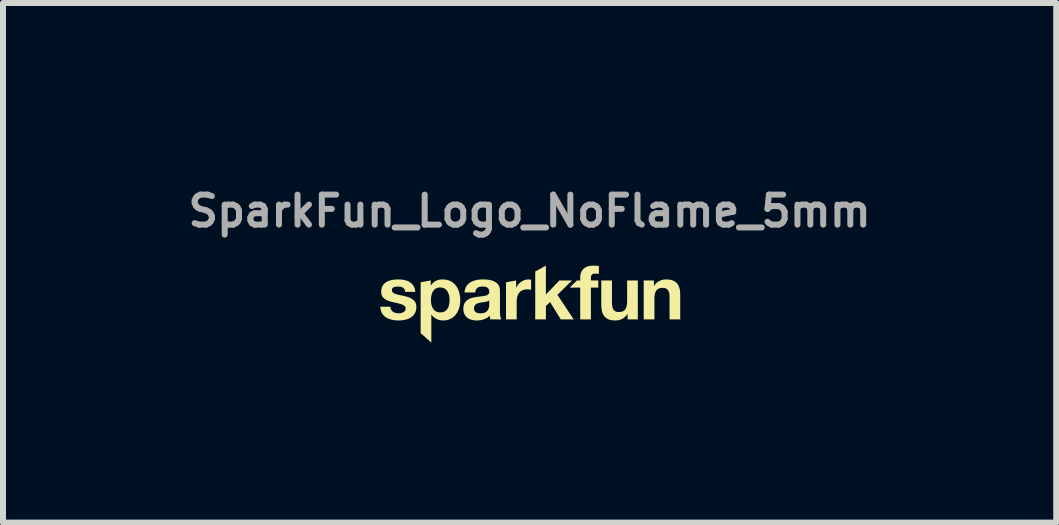
<source format=kicad_pcb>
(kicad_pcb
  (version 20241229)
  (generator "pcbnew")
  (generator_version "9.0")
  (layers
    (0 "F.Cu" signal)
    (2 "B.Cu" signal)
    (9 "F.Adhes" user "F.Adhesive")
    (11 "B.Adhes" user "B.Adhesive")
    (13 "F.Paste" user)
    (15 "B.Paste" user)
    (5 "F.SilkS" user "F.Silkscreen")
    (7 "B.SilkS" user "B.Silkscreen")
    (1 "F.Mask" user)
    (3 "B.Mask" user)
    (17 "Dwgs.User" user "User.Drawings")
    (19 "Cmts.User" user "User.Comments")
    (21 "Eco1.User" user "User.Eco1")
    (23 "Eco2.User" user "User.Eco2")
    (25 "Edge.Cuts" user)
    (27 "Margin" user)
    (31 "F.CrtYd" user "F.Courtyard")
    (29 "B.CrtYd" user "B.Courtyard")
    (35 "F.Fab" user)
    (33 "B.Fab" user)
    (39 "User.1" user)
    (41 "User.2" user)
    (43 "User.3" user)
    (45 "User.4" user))
  (footprint "SparkFun_Logo_NoFlame_5mm"
    (layer "F.Cu")
    (at 5.779 1.941)
    (property "Reference" "SparkFun_Logo_NoFlame_5mm" (at 0 -1.473 0) (layer "F.Fab") (effects (font (size 0.5 0.5) (thickness 0.1))))
    (attr board_only exclude_from_pos_files exclude_from_bom)
    (fp_poly (pts (xy 0.271 -0.082) (xy 0.496 -0.316) (xy 0.707 -0.316) (xy 0.462 -0.077) (xy 0.734 0.333) (xy 0.518 0.333) (xy 0.34 0.043) (xy 0.271 0.11) (xy 0.271 0.333) (xy 0.093 0.333) (xy 0.093 -0.465) (xy 0.271 -0.563)) (stroke (width 0) (type solid)) (fill yes) (layer "F.SilkS"))
    (fp_poly (pts (xy -0.013 -0.333) (xy -0.01 -0.333) (xy -0.007 -0.333) (xy -0.005 -0.333) (xy -0.00001 -0.332) (xy 0.005 -0.332) (xy 0.01 -0.331) (xy 0.014 -0.33) (xy 0.019 -0.328) (xy 0.024 -0.327) (xy 0.024 -0.161) (xy 0.017 -0.163) (xy 0.01 -0.164) (xy 0.002 -0.165) (xy -0.006 -0.166) (xy -0.015 -0.167) (xy -0.023 -0.167) (xy -0.032 -0.167) (xy -0.04 -0.168) (xy -0.052 -0.167) (xy -0.064 -0.167) (xy -0.075 -0.165) (xy -0.086 -0.163) (xy -0.096 -0.161) (xy -0.105 -0.158) (xy -0.115 -0.155) (xy -0.123 -0.151) (xy -0.132 -0.147) (xy -0.139 -0.143) (xy -0.147 -0.138) (xy -0.154 -0.132) (xy -0.16 -0.126) (xy -0.166 -0.12) (xy -0.172 -0.114) (xy -0.178 -0.107) (xy -0.182 -0.099) (xy -0.187 -0.092) (xy -0.191 -0.084) (xy -0.195 -0.076) (xy -0.199 -0.067) (xy -0.202 -0.059) (xy -0.205 -0.05) (xy -0.207 -0.04) (xy -0.209 -0.031) (xy -0.211 -0.021) (xy -0.214 -0.001) (xy -0.215 0.019) (xy -0.216 0.041) (xy -0.216 0.333) (xy -0.394 0.333) (xy -0.394 -0.286) (xy -0.225 -0.316) (xy -0.225 -0.195) (xy -0.222 -0.195) (xy -0.219 -0.203) (xy -0.215 -0.21) (xy -0.211 -0.217) (xy -0.207 -0.225) (xy -0.203 -0.232) (xy -0.198 -0.238) (xy -0.193 -0.245) (xy -0.188 -0.251) (xy -0.183 -0.257) (xy -0.177 -0.263) (xy -0.171 -0.269) (xy -0.165 -0.275) (xy -0.159 -0.28) (xy -0.153 -0.285) (xy -0.146 -0.29) (xy -0.139 -0.295) (xy -0.132 -0.299) (xy -0.125 -0.304) (xy -0.118 -0.307) (xy -0.111 -0.311) (xy -0.103 -0.315) (xy -0.096 -0.318) (xy -0.088 -0.321) (xy -0.08 -0.323) (xy -0.072 -0.326) (xy -0.064 -0.328) (xy -0.056 -0.329) (xy -0.048 -0.331) (xy -0.04 -0.332) (xy -0.032 -0.333) (xy -0.023 -0.333) (xy -0.015 -0.333)) (stroke (width 0) (type solid)) (fill yes) (layer "F.SilkS"))
    (fp_poly (pts (xy 1.072 -0.563) (xy 1.084 -0.562) (xy 1.096 -0.562) (xy 1.107 -0.561) (xy 1.131 -0.559) (xy 1.143 -0.559) (xy 1.154 -0.558) (xy 1.154 -0.425) (xy 1.146 -0.426) (xy 1.138 -0.427) (xy 1.13 -0.427) (xy 1.121 -0.428) (xy 1.113 -0.428) (xy 1.105 -0.429) (xy 1.097 -0.429) (xy 1.089 -0.429) (xy 1.08 -0.429) (xy 1.076 -0.428) (xy 1.072 -0.428) (xy 1.068 -0.427) (xy 1.064 -0.427) (xy 1.061 -0.426) (xy 1.058 -0.425) (xy 1.054 -0.424) (xy 1.051 -0.422) (xy 1.049 -0.421) (xy 1.046 -0.42) (xy 1.043 -0.418) (xy 1.041 -0.416) (xy 1.039 -0.414) (xy 1.037 -0.412) (xy 1.035 -0.41) (xy 1.033 -0.407) (xy 1.031 -0.405) (xy 1.029 -0.402) (xy 1.028 -0.399) (xy 1.027 -0.396) (xy 1.026 -0.393) (xy 1.025 -0.389) (xy 1.024 -0.385) (xy 1.023 -0.382) (xy 1.022 -0.378) (xy 1.022 -0.373) (xy 1.021 -0.364) (xy 1.021 -0.355) (xy 1.021 -0.316) (xy 1.144 -0.316) (xy 1.144 -0.197) (xy 1.021 -0.197) (xy 1.021 0.333) (xy 0.843 0.333) (xy 0.843 -0.197) (xy 0.667 -0.197) (xy 0.788 -0.316) (xy 0.843 -0.316) (xy 0.843 -0.366) (xy 0.843 -0.377) (xy 0.844 -0.387) (xy 0.845 -0.397) (xy 0.846 -0.408) (xy 0.848 -0.417) (xy 0.85 -0.427) (xy 0.853 -0.436) (xy 0.856 -0.445) (xy 0.86 -0.454) (xy 0.864 -0.463) (xy 0.868 -0.471) (xy 0.873 -0.479) (xy 0.878 -0.487) (xy 0.884 -0.494) (xy 0.89 -0.501) (xy 0.897 -0.508) (xy 0.904 -0.514) (xy 0.911 -0.52) (xy 0.919 -0.526) (xy 0.927 -0.531) (xy 0.936 -0.536) (xy 0.945 -0.541) (xy 0.955 -0.545) (xy 0.965 -0.549) (xy 0.975 -0.552) (xy 0.986 -0.555) (xy 0.997 -0.557) (xy 1.009 -0.559) (xy 1.021 -0.561) (xy 1.033 -0.562) (xy 1.046 -0.563) (xy 1.06 -0.563)) (stroke (width 0) (type solid)) (fill yes) (layer "F.SilkS"))
    (fp_poly (pts (xy 1.372 0.051) (xy 1.373 0.07) (xy 1.374 0.088) (xy 1.376 0.105) (xy 1.378 0.121) (xy 1.382 0.135) (xy 1.386 0.148) (xy 1.389 0.154) (xy 1.392 0.16) (xy 1.395 0.165) (xy 1.398 0.171) (xy 1.401 0.175) (xy 1.405 0.18) (xy 1.409 0.184) (xy 1.413 0.188) (xy 1.418 0.191) (xy 1.423 0.195) (xy 1.428 0.198) (xy 1.433 0.2) (xy 1.439 0.203) (xy 1.445 0.205) (xy 1.451 0.206) (xy 1.457 0.208) (xy 1.464 0.209) (xy 1.471 0.21) (xy 1.479 0.21) (xy 1.486 0.21) (xy 1.495 0.21) (xy 1.504 0.21) (xy 1.512 0.209) (xy 1.52 0.208) (xy 1.528 0.206) (xy 1.535 0.204) (xy 1.542 0.202) (xy 1.549 0.2) (xy 1.555 0.197) (xy 1.561 0.194) (xy 1.567 0.19) (xy 1.573 0.186) (xy 1.578 0.182) (xy 1.583 0.177) (xy 1.587 0.172) (xy 1.592 0.167) (xy 1.596 0.161) (xy 1.6 0.155) (xy 1.603 0.148) (xy 1.606 0.141) (xy 1.609 0.134) (xy 1.612 0.126) (xy 1.614 0.118) (xy 1.617 0.109) (xy 1.619 0.1) (xy 1.62 0.091) (xy 1.622 0.081) (xy 1.623 0.07) (xy 1.624 0.059) (xy 1.624 0.048) (xy 1.625 0.024) (xy 1.625 -0.316) (xy 1.803 -0.316) (xy 1.803 0.333) (xy 1.633 0.333) (xy 1.633 0.243) (xy 1.63 0.243) (xy 1.625 0.25) (xy 1.621 0.256) (xy 1.616 0.263) (xy 1.611 0.269) (xy 1.606 0.275) (xy 1.601 0.28) (xy 1.596 0.286) (xy 1.59 0.291) (xy 1.585 0.296) (xy 1.579 0.301) (xy 1.573 0.305) (xy 1.567 0.31) (xy 1.555 0.318) (xy 1.542 0.325) (xy 1.529 0.331) (xy 1.515 0.336) (xy 1.502 0.341) (xy 1.488 0.344) (xy 1.474 0.347) (xy 1.46 0.349) (xy 1.445 0.35) (xy 1.431 0.351) (xy 1.414 0.351) (xy 1.397 0.35) (xy 1.382 0.348) (xy 1.367 0.346) (xy 1.352 0.343) (xy 1.339 0.34) (xy 1.326 0.336) (xy 1.314 0.332) (xy 1.303 0.327) (xy 1.292 0.321) (xy 1.282 0.315) (xy 1.273 0.309) (xy 1.264 0.302) (xy 1.256 0.294) (xy 1.249 0.286) (xy 1.242 0.277) (xy 1.235 0.268) (xy 1.229 0.259) (xy 1.224 0.249) (xy 1.219 0.239) (xy 1.215 0.228) (xy 1.211 0.217) (xy 1.207 0.205) (xy 1.204 0.193) (xy 1.2 0.168) (xy 1.196 0.141) (xy 1.195 0.113) (xy 1.194 0.084) (xy 1.194 -0.316) (xy 1.372 -0.316)) (stroke (width 0) (type solid)) (fill yes) (layer "F.SilkS"))
    (fp_poly (pts (xy 2.29 -0.333) (xy 2.307 -0.332) (xy 2.323 -0.331) (xy 2.338 -0.328) (xy 2.352 -0.326) (xy 2.365 -0.322) (xy 2.378 -0.319) (xy 2.39 -0.314) (xy 2.401 -0.309) (xy 2.412 -0.304) (xy 2.422 -0.298) (xy 2.431 -0.291) (xy 2.44 -0.284) (xy 2.448 -0.276) (xy 2.456 -0.268) (xy 2.463 -0.26) (xy 2.469 -0.251) (xy 2.475 -0.241) (xy 2.48 -0.231) (xy 2.485 -0.221) (xy 2.49 -0.21) (xy 2.493 -0.199) (xy 2.497 -0.188) (xy 2.5 -0.176) (xy 2.505 -0.15) (xy 2.508 -0.124) (xy 2.51 -0.095) (xy 2.51 -0.066) (xy 2.51 0.333) (xy 2.332 0.333) (xy 2.332 -0.033) (xy 2.332 -0.053) (xy 2.331 -0.071) (xy 2.329 -0.088) (xy 2.326 -0.103) (xy 2.322 -0.118) (xy 2.318 -0.131) (xy 2.315 -0.137) (xy 2.313 -0.142) (xy 2.31 -0.148) (xy 2.306 -0.153) (xy 2.303 -0.158) (xy 2.299 -0.162) (xy 2.295 -0.167) (xy 2.291 -0.17) (xy 2.286 -0.174) (xy 2.281 -0.177) (xy 2.276 -0.18) (xy 2.271 -0.183) (xy 2.265 -0.185) (xy 2.26 -0.187) (xy 2.253 -0.189) (xy 2.247 -0.19) (xy 2.24 -0.191) (xy 2.233 -0.192) (xy 2.225 -0.193) (xy 2.218 -0.193) (xy 2.209 -0.193) (xy 2.2 -0.192) (xy 2.192 -0.191) (xy 2.184 -0.19) (xy 2.176 -0.189) (xy 2.169 -0.187) (xy 2.162 -0.185) (xy 2.155 -0.182) (xy 2.149 -0.179) (xy 2.143 -0.176) (xy 2.137 -0.173) (xy 2.132 -0.169) (xy 2.126 -0.164) (xy 2.122 -0.16) (xy 2.117 -0.155) (xy 2.113 -0.149) (xy 2.108 -0.143) (xy 2.105 -0.137) (xy 2.101 -0.131) (xy 2.098 -0.124) (xy 2.095 -0.116) (xy 2.092 -0.108) (xy 2.09 -0.1) (xy 2.088 -0.092) (xy 2.086 -0.082) (xy 2.084 -0.073) (xy 2.083 -0.063) (xy 2.082 -0.053) (xy 2.081 -0.042) (xy 2.08 -0.031) (xy 2.08 -0.007) (xy 2.08 0.333) (xy 1.901 0.333) (xy 1.901 -0.316) (xy 2.071 -0.316) (xy 2.071 -0.225) (xy 2.075 -0.225) (xy 2.079 -0.232) (xy 2.084 -0.239) (xy 2.088 -0.245) (xy 2.093 -0.251) (xy 2.098 -0.257) (xy 2.103 -0.263) (xy 2.109 -0.268) (xy 2.114 -0.273) (xy 2.12 -0.278) (xy 2.126 -0.283) (xy 2.131 -0.288) (xy 2.137 -0.292) (xy 2.15 -0.3) (xy 2.163 -0.307) (xy 2.176 -0.313) (xy 2.189 -0.319) (xy 2.203 -0.323) (xy 2.217 -0.327) (xy 2.231 -0.33) (xy 2.245 -0.332) (xy 2.259 -0.333) (xy 2.273 -0.333)) (stroke (width 0) (type solid)) (fill yes) (layer "F.SilkS"))
    (fp_poly (pts (xy -1.433 -0.333) (xy -1.415 -0.331) (xy -1.397 -0.329) (xy -1.381 -0.326) (xy -1.365 -0.322) (xy -1.349 -0.317) (xy -1.334 -0.311) (xy -1.32 -0.305) (xy -1.306 -0.297) (xy -1.293 -0.29) (xy -1.281 -0.281) (xy -1.269 -0.272) (xy -1.258 -0.262) (xy -1.247 -0.251) (xy -1.237 -0.24) (xy -1.228 -0.228) (xy -1.219 -0.216) (xy -1.211 -0.203) (xy -1.203 -0.19) (xy -1.196 -0.176) (xy -1.19 -0.162) (xy -1.184 -0.147) (xy -1.179 -0.132) (xy -1.174 -0.117) (xy -1.17 -0.101) (xy -1.167 -0.085) (xy -1.161 -0.052) (xy -1.158 -0.019) (xy -1.157 0.016) (xy -1.158 0.048) (xy -1.161 0.08) (xy -1.167 0.111) (xy -1.174 0.141) (xy -1.184 0.17) (xy -1.197 0.198) (xy -1.204 0.211) (xy -1.211 0.224) (xy -1.219 0.236) (xy -1.228 0.248) (xy -1.237 0.26) (xy -1.247 0.271) (xy -1.257 0.281) (xy -1.268 0.291) (xy -1.279 0.3) (xy -1.291 0.308) (xy -1.304 0.316) (xy -1.317 0.323) (xy -1.33 0.329) (xy -1.345 0.335) (xy -1.359 0.34) (xy -1.375 0.344) (xy -1.391 0.347) (xy -1.407 0.349) (xy -1.424 0.35) (xy -1.442 0.351) (xy -1.456 0.35) (xy -1.471 0.349) (xy -1.485 0.347) (xy -1.499 0.345) (xy -1.513 0.341) (xy -1.526 0.337) (xy -1.54 0.332) (xy -1.552 0.326) (xy -1.564 0.319) (xy -1.576 0.312) (xy -1.588 0.304) (xy -1.598 0.295) (xy -1.609 0.286) (xy -1.619 0.276) (xy -1.628 0.265) (xy -1.636 0.253) (xy -1.639 0.253) (xy -1.639 0.72) (xy -1.817 0.562) (xy -1.817 0.011) (xy -1.645 0.011) (xy -1.645 0.03) (xy -1.643 0.05) (xy -1.641 0.069) (xy -1.637 0.087) (xy -1.632 0.105) (xy -1.626 0.122) (xy -1.619 0.138) (xy -1.615 0.146) (xy -1.611 0.153) (xy -1.606 0.16) (xy -1.601 0.167) (xy -1.595 0.173) (xy -1.589 0.179) (xy -1.583 0.185) (xy -1.577 0.19) (xy -1.57 0.195) (xy -1.563 0.199) (xy -1.555 0.203) (xy -1.547 0.207) (xy -1.538 0.209) (xy -1.529 0.212) (xy -1.52 0.214) (xy -1.51 0.215) (xy -1.5 0.216) (xy -1.489 0.216) (xy -1.479 0.216) (xy -1.468 0.215) (xy -1.459 0.214) (xy -1.449 0.212) (xy -1.44 0.209) (xy -1.432 0.207) (xy -1.424 0.203) (xy -1.416 0.199) (xy -1.409 0.195) (xy -1.402 0.19) (xy -1.395 0.185) (xy -1.389 0.179) (xy -1.384 0.173) (xy -1.378 0.167) (xy -1.373 0.16) (xy -1.368 0.153) (xy -1.364 0.146) (xy -1.36 0.138) (xy -1.356 0.13) (xy -1.353 0.122) (xy -1.35 0.114) (xy -1.347 0.105) (xy -1.345 0.096) (xy -1.343 0.087) (xy -1.339 0.069) (xy -1.337 0.05) (xy -1.336 0.03) (xy -1.335 0.011) (xy -1.336 -0.009) (xy -1.337 -0.028) (xy -1.34 -0.047) (xy -1.343 -0.066) (xy -1.348 -0.084) (xy -1.354 -0.101) (xy -1.361 -0.118) (xy -1.366 -0.126) (xy -1.37 -0.133) (xy -1.375 -0.14) (xy -1.38 -0.147) (xy -1.385 -0.154) (xy -1.391 -0.16) (xy -1.397 -0.166) (xy -1.404 -0.171) (xy -1.411 -0.176) (xy -1.418 -0.181) (xy -1.426 -0.185) (xy -1.434 -0.189) (xy -1.442 -0.192) (xy -1.451 -0.194) (xy -1.46 -0.196) (xy -1.47 -0.198) (xy -1.48 -0.199) (xy -1.491 -0.199) (xy -1.501 -0.199) (xy -1.512 -0.198) (xy -1.521 -0.196) (xy -1.531 -0.194) (xy -1.54 -0.192) (xy -1.548 -0.189) (xy -1.556 -0.185) (xy -1.564 -0.181) (xy -1.571 -0.177) (xy -1.578 -0.172) (xy -1.585 -0.166) (xy -1.591 -0.16) (xy -1.597 -0.154) (xy -1.602 -0.148) (xy -1.607 -0.141) (xy -1.612 -0.134) (xy -1.616 -0.126) (xy -1.62 -0.118) (xy -1.624 -0.11) (xy -1.627 -0.102) (xy -1.63 -0.093) (xy -1.633 -0.085) (xy -1.635 -0.076) (xy -1.637 -0.067) (xy -1.641 -0.048) (xy -1.643 -0.029) (xy -1.645 -0.009) (xy -1.645 0.011) (xy -1.817 0.011) (xy -1.817 -0.286) (xy -1.648 -0.316) (xy -1.648 -0.233) (xy -1.645 -0.233) (xy -1.641 -0.239) (xy -1.637 -0.246) (xy -1.632 -0.252) (xy -1.627 -0.257) (xy -1.623 -0.263) (xy -1.618 -0.268) (xy -1.613 -0.273) (xy -1.608 -0.278) (xy -1.602 -0.283) (xy -1.597 -0.287) (xy -1.591 -0.292) (xy -1.586 -0.296) (xy -1.58 -0.299) (xy -1.574 -0.303) (xy -1.568 -0.306) (xy -1.562 -0.309) (xy -1.556 -0.312) (xy -1.55 -0.315) (xy -1.537 -0.32) (xy -1.523 -0.324) (xy -1.51 -0.328) (xy -1.496 -0.33) (xy -1.481 -0.332) (xy -1.467 -0.333) (xy -1.452 -0.333)) (stroke (width 0) (type solid)) (fill yes) (layer "F.SilkS"))
    (fp_poly (pts (xy -0.756 -0.333) (xy -0.731 -0.332) (xy -0.706 -0.33) (xy -0.681 -0.326) (xy -0.657 -0.322) (xy -0.633 -0.316) (xy -0.611 -0.309) (xy -0.589 -0.299) (xy -0.579 -0.294) (xy -0.569 -0.288) (xy -0.56 -0.282) (xy -0.551 -0.276) (xy -0.543 -0.268) (xy -0.535 -0.261) (xy -0.528 -0.252) (xy -0.522 -0.243) (xy -0.516 -0.234) (xy -0.51 -0.224) (xy -0.506 -0.213) (xy -0.502 -0.201) (xy -0.499 -0.189) (xy -0.497 -0.177) (xy -0.496 -0.163) (xy -0.495 -0.149) (xy -0.495 0.189) (xy -0.495 0.211) (xy -0.494 0.233) (xy -0.492 0.254) (xy -0.49 0.273) (xy -0.489 0.283) (xy -0.487 0.292) (xy -0.485 0.3) (xy -0.483 0.308) (xy -0.481 0.315) (xy -0.478 0.322) (xy -0.476 0.328) (xy -0.473 0.333) (xy -0.653 0.333) (xy -0.656 0.326) (xy -0.658 0.318) (xy -0.66 0.31) (xy -0.662 0.302) (xy -0.663 0.294) (xy -0.664 0.287) (xy -0.665 0.279) (xy -0.666 0.271) (xy -0.677 0.281) (xy -0.688 0.291) (xy -0.7 0.3) (xy -0.713 0.308) (xy -0.726 0.315) (xy -0.739 0.322) (xy -0.752 0.328) (xy -0.766 0.333) (xy -0.78 0.337) (xy -0.795 0.341) (xy -0.81 0.344) (xy -0.824 0.347) (xy -0.839 0.349) (xy -0.854 0.35) (xy -0.869 0.351) (xy -0.885 0.351) (xy -0.907 0.35) (xy -0.93 0.348) (xy -0.951 0.344) (xy -0.971 0.339) (xy -0.981 0.336) (xy -0.991 0.333) (xy -1 0.329) (xy -1.009 0.324) (xy -1.018 0.32) (xy -1.026 0.315) (xy -1.034 0.309) (xy -1.042 0.304) (xy -1.049 0.297) (xy -1.056 0.291) (xy -1.062 0.284) (xy -1.068 0.276) (xy -1.074 0.269) (xy -1.079 0.26) (xy -1.084 0.252) (xy -1.088 0.243) (xy -1.092 0.233) (xy -1.096 0.224) (xy -1.099 0.213) (xy -1.101 0.203) (xy -1.103 0.192) (xy -1.104 0.18) (xy -1.105 0.169) (xy -1.105 0.156) (xy -1.105 0.149) (xy -0.927 0.149) (xy -0.927 0.155) (xy -0.927 0.16) (xy -0.926 0.166) (xy -0.925 0.171) (xy -0.924 0.176) (xy -0.922 0.181) (xy -0.92 0.185) (xy -0.918 0.189) (xy -0.916 0.193) (xy -0.914 0.197) (xy -0.911 0.2) (xy -0.908 0.204) (xy -0.905 0.207) (xy -0.901 0.21) (xy -0.898 0.212) (xy -0.894 0.215) (xy -0.89 0.217) (xy -0.886 0.219) (xy -0.882 0.221) (xy -0.878 0.223) (xy -0.873 0.224) (xy -0.869 0.226) (xy -0.864 0.227) (xy -0.859 0.228) (xy -0.849 0.23) (xy -0.839 0.231) (xy -0.829 0.231) (xy -0.818 0.232) (xy -0.805 0.231) (xy -0.793 0.23) (xy -0.782 0.229) (xy -0.772 0.227) (xy -0.762 0.224) (xy -0.753 0.221) (xy -0.744 0.218) (xy -0.737 0.214) (xy -0.729 0.21) (xy -0.723 0.205) (xy -0.717 0.2) (xy -0.711 0.195) (xy -0.706 0.19) (xy -0.701 0.184) (xy -0.697 0.178) (xy -0.693 0.172) (xy -0.69 0.166) (xy -0.687 0.16) (xy -0.685 0.153) (xy -0.682 0.147) (xy -0.679 0.135) (xy -0.677 0.123) (xy -0.675 0.111) (xy -0.674 0.1) (xy -0.674 0.082) (xy -0.674 0.016) (xy -0.676 0.018) (xy -0.68 0.02) (xy -0.683 0.022) (xy -0.686 0.024) (xy -0.694 0.028) (xy -0.702 0.031) (xy -0.71 0.034) (xy -0.719 0.037) (xy -0.728 0.039) (xy -0.738 0.041) (xy -0.822 0.053) (xy -0.832 0.055) (xy -0.842 0.058) (xy -0.852 0.06) (xy -0.861 0.063) (xy -0.871 0.067) (xy -0.879 0.071) (xy -0.888 0.075) (xy -0.891 0.078) (xy -0.895 0.08) (xy -0.899 0.083) (xy -0.902 0.086) (xy -0.905 0.089) (xy -0.908 0.093) (xy -0.911 0.096) (xy -0.914 0.1) (xy -0.916 0.104) (xy -0.918 0.108) (xy -0.92 0.112) (xy -0.922 0.117) (xy -0.924 0.121) (xy -0.925 0.126) (xy -0.926 0.132) (xy -0.927 0.137) (xy -0.927 0.143) (xy -0.927 0.149) (xy -1.105 0.149) (xy -1.104 0.13) (xy -1.1 0.106) (xy -1.094 0.085) (xy -1.086 0.065) (xy -1.076 0.048) (xy -1.064 0.033) (xy -1.051 0.02) (xy -1.036 0.008) (xy -1.02 -0.002) (xy -1.003 -0.011) (xy -0.985 -0.018) (xy -0.966 -0.024) (xy -0.946 -0.03) (xy -0.926 -0.034) (xy -0.886 -0.041) (xy -0.806 -0.051) (xy -0.77 -0.056) (xy -0.738 -0.062) (xy -0.723 -0.066) (xy -0.71 -0.071) (xy -0.699 -0.077) (xy -0.69 -0.084) (xy -0.682 -0.093) (xy -0.677 -0.102) (xy -0.674 -0.113) (xy -0.674 -0.126) (xy -0.674 -0.133) (xy -0.674 -0.14) (xy -0.675 -0.146) (xy -0.676 -0.152) (xy -0.677 -0.157) (xy -0.679 -0.162) (xy -0.681 -0.167) (xy -0.683 -0.172) (xy -0.685 -0.176) (xy -0.688 -0.18) (xy -0.691 -0.184) (xy -0.694 -0.187) (xy -0.697 -0.19) (xy -0.7 -0.193) (xy -0.704 -0.196) (xy -0.708 -0.198) (xy -0.712 -0.201) (xy -0.716 -0.203) (xy -0.72 -0.205) (xy -0.725 -0.206) (xy -0.73 -0.208) (xy -0.734 -0.209) (xy -0.739 -0.21) (xy -0.745 -0.211) (xy -0.755 -0.212) (xy -0.766 -0.213) (xy -0.777 -0.214) (xy -0.789 -0.214) (xy -0.802 -0.214) (xy -0.814 -0.213) (xy -0.825 -0.211) (xy -0.836 -0.209) (xy -0.841 -0.207) (xy -0.846 -0.206) (xy -0.85 -0.204) (xy -0.855 -0.202) (xy -0.859 -0.199) (xy -0.864 -0.197) (xy -0.868 -0.194) (xy -0.872 -0.191) (xy -0.875 -0.188) (xy -0.879 -0.185) (xy -0.882 -0.182) (xy -0.885 -0.178) (xy -0.888 -0.174) (xy -0.891 -0.17) (xy -0.893 -0.166) (xy -0.896 -0.161) (xy -0.898 -0.156) (xy -0.9 -0.151) (xy -0.901 -0.146) (xy -0.903 -0.14) (xy -0.904 -0.135) (xy -0.905 -0.129) (xy -0.906 -0.123) (xy -0.907 -0.116) (xy -1.085 -0.116) (xy -1.084 -0.131) (xy -1.082 -0.146) (xy -1.079 -0.16) (xy -1.075 -0.173) (xy -1.071 -0.186) (xy -1.066 -0.198) (xy -1.06 -0.209) (xy -1.054 -0.22) (xy -1.047 -0.23) (xy -1.04 -0.24) (xy -1.031 -0.249) (xy -1.023 -0.258) (xy -1.014 -0.266) (xy -1.004 -0.273) (xy -0.994 -0.28) (xy -0.984 -0.287) (xy -0.973 -0.293) (xy -0.962 -0.298) (xy -0.95 -0.304) (xy -0.938 -0.308) (xy -0.926 -0.312) (xy -0.914 -0.316) (xy -0.901 -0.32) (xy -0.888 -0.323) (xy -0.862 -0.327) (xy -0.835 -0.331) (xy -0.808 -0.333) (xy -0.78 -0.333)) (stroke (width 0) (type solid)) (fill yes) (layer "F.SilkS"))
    (fp_poly (pts (xy -2.166 -0.333) (xy -2.14 -0.331) (xy -2.115 -0.328) (xy -2.09 -0.323) (xy -2.066 -0.317) (xy -2.043 -0.31) (xy -2.022 -0.301) (xy -2.011 -0.295) (xy -2.002 -0.29) (xy -1.992 -0.283) (xy -1.983 -0.277) (xy -1.974 -0.269) (xy -1.965 -0.262) (xy -1.958 -0.254) (xy -1.95 -0.245) (xy -1.943 -0.236) (xy -1.937 -0.226) (xy -1.931 -0.215) (xy -1.925 -0.204) (xy -1.921 -0.193) (xy -1.916 -0.181) (xy -1.913 -0.168) (xy -1.91 -0.155) (xy -1.908 -0.141) (xy -1.906 -0.126) (xy -2.075 -0.126) (xy -2.076 -0.132) (xy -2.077 -0.139) (xy -2.078 -0.144) (xy -2.079 -0.15) (xy -2.081 -0.155) (xy -2.083 -0.16) (xy -2.085 -0.165) (xy -2.088 -0.169) (xy -2.09 -0.173) (xy -2.093 -0.177) (xy -2.096 -0.181) (xy -2.099 -0.184) (xy -2.103 -0.188) (xy -2.106 -0.191) (xy -2.11 -0.193) (xy -2.114 -0.196) (xy -2.118 -0.198) (xy -2.123 -0.201) (xy -2.127 -0.203) (xy -2.132 -0.205) (xy -2.137 -0.206) (xy -2.142 -0.208) (xy -2.147 -0.209) (xy -2.152 -0.21) (xy -2.163 -0.212) (xy -2.174 -0.213) (xy -2.185 -0.214) (xy -2.197 -0.214) (xy -2.205 -0.214) (xy -2.213 -0.214) (xy -2.221 -0.213) (xy -2.23 -0.212) (xy -2.238 -0.211) (xy -2.246 -0.209) (xy -2.254 -0.207) (xy -2.262 -0.204) (xy -2.266 -0.203) (xy -2.269 -0.201) (xy -2.272 -0.199) (xy -2.276 -0.197) (xy -2.279 -0.194) (xy -2.282 -0.192) (xy -2.284 -0.189) (xy -2.287 -0.186) (xy -2.289 -0.183) (xy -2.291 -0.179) (xy -2.292 -0.176) (xy -2.294 -0.172) (xy -2.295 -0.168) (xy -2.296 -0.163) (xy -2.296 -0.159) (xy -2.296 -0.154) (xy -2.296 -0.148) (xy -2.295 -0.142) (xy -2.294 -0.137) (xy -2.292 -0.132) (xy -2.289 -0.128) (xy -2.286 -0.123) (xy -2.283 -0.119) (xy -2.279 -0.115) (xy -2.275 -0.111) (xy -2.27 -0.108) (xy -2.265 -0.104) (xy -2.259 -0.101) (xy -2.253 -0.098) (xy -2.247 -0.096) (xy -2.24 -0.093) (xy -2.233 -0.09) (xy -2.218 -0.086) (xy -2.202 -0.081) (xy -2.186 -0.077) (xy -2.168 -0.073) (xy -2.132 -0.066) (xy -2.113 -0.061) (xy -2.094 -0.057) (xy -2.075 -0.053) (xy -2.055 -0.047) (xy -2.037 -0.042) (xy -2.018 -0.036) (xy -2 -0.029) (xy -1.983 -0.021) (xy -1.967 -0.012) (xy -1.952 -0.002) (xy -1.945 0.003) (xy -1.938 0.009) (xy -1.932 0.014) (xy -1.926 0.021) (xy -1.92 0.027) (xy -1.915 0.034) (xy -1.91 0.041) (xy -1.906 0.049) (xy -1.902 0.057) (xy -1.898 0.065) (xy -1.895 0.074) (xy -1.893 0.083) (xy -1.891 0.093) (xy -1.89 0.103) (xy -1.889 0.114) (xy -1.888 0.125) (xy -1.889 0.141) (xy -1.89 0.156) (xy -1.892 0.17) (xy -1.895 0.184) (xy -1.899 0.197) (xy -1.903 0.209) (xy -1.908 0.221) (xy -1.914 0.232) (xy -1.92 0.243) (xy -1.927 0.253) (xy -1.935 0.263) (xy -1.943 0.271) (xy -1.952 0.28) (xy -1.961 0.288) (xy -1.971 0.295) (xy -1.981 0.302) (xy -1.992 0.308) (xy -2.003 0.314) (xy -2.015 0.32) (xy -2.026 0.324) (xy -2.038 0.329) (xy -2.051 0.333) (xy -2.064 0.336) (xy -2.076 0.34) (xy -2.103 0.345) (xy -2.13 0.348) (xy -2.157 0.35) (xy -2.185 0.351) (xy -2.213 0.35) (xy -2.241 0.348) (xy -2.268 0.345) (xy -2.295 0.339) (xy -2.321 0.333) (xy -2.346 0.324) (xy -2.369 0.314) (xy -2.38 0.308) (xy -2.391 0.301) (xy -2.402 0.294) (xy -2.412 0.287) (xy -2.421 0.279) (xy -2.43 0.27) (xy -2.439 0.261) (xy -2.447 0.252) (xy -2.454 0.241) (xy -2.461 0.231) (xy -2.467 0.219) (xy -2.472 0.207) (xy -2.477 0.195) (xy -2.481 0.182) (xy -2.484 0.168) (xy -2.487 0.153) (xy -2.489 0.138) (xy -2.49 0.122) (xy -2.32 0.122) (xy -2.32 0.129) (xy -2.32 0.136) (xy -2.319 0.143) (xy -2.317 0.149) (xy -2.316 0.155) (xy -2.314 0.161) (xy -2.311 0.166) (xy -2.309 0.172) (xy -2.306 0.177) (xy -2.302 0.182) (xy -2.299 0.186) (xy -2.295 0.191) (xy -2.291 0.195) (xy -2.287 0.199) (xy -2.282 0.202) (xy -2.278 0.206) (xy -2.273 0.209) (xy -2.268 0.212) (xy -2.262 0.215) (xy -2.257 0.217) (xy -2.251 0.22) (xy -2.246 0.222) (xy -2.24 0.224) (xy -2.234 0.225) (xy -2.228 0.227) (xy -2.222 0.228) (xy -2.209 0.23) (xy -2.196 0.231) (xy -2.183 0.232) (xy -2.174 0.231) (xy -2.164 0.231) (xy -2.154 0.229) (xy -2.144 0.228) (xy -2.134 0.225) (xy -2.124 0.222) (xy -2.115 0.218) (xy -2.106 0.214) (xy -2.102 0.211) (xy -2.098 0.209) (xy -2.094 0.206) (xy -2.09 0.203) (xy -2.087 0.199) (xy -2.084 0.196) (xy -2.081 0.192) (xy -2.078 0.188) (xy -2.075 0.184) (xy -2.073 0.18) (xy -2.071 0.175) (xy -2.07 0.17) (xy -2.068 0.165) (xy -2.067 0.16) (xy -2.067 0.155) (xy -2.067 0.149) (xy -2.067 0.144) (xy -2.067 0.139) (xy -2.069 0.135) (xy -2.07 0.13) (xy -2.072 0.126) (xy -2.074 0.122) (xy -2.077 0.118) (xy -2.08 0.114) (xy -2.084 0.11) (xy -2.088 0.107) (xy -2.092 0.104) (xy -2.097 0.1) (xy -2.102 0.097) (xy -2.108 0.094) (xy -2.114 0.091) (xy -2.12 0.088) (xy -2.127 0.085) (xy -2.134 0.083) (xy -2.141 0.08) (xy -2.149 0.078) (xy -2.166 0.072) (xy -2.184 0.068) (xy -2.203 0.063) (xy -2.224 0.058) (xy -2.246 0.053) (xy -2.269 0.048) (xy -2.308 0.039) (xy -2.326 0.033) (xy -2.345 0.027) (xy -2.363 0.021) (xy -2.38 0.014) (xy -2.396 0.005) (xy -2.411 -0.004) (xy -2.418 -0.009) (xy -2.425 -0.014) (xy -2.431 -0.02) (xy -2.437 -0.026) (xy -2.443 -0.032) (xy -2.448 -0.038) (xy -2.453 -0.045) (xy -2.457 -0.052) (xy -2.461 -0.06) (xy -2.465 -0.068) (xy -2.468 -0.076) (xy -2.47 -0.085) (xy -2.472 -0.094) (xy -2.473 -0.104) (xy -2.474 -0.114) (xy -2.475 -0.125) (xy -2.474 -0.14) (xy -2.473 -0.155) (xy -2.471 -0.168) (xy -2.468 -0.181) (xy -2.465 -0.194) (xy -2.461 -0.206) (xy -2.456 -0.217) (xy -2.45 -0.227) (xy -2.444 -0.237) (xy -2.437 -0.247) (xy -2.43 -0.255) (xy -2.422 -0.264) (xy -2.414 -0.271) (xy -2.405 -0.278) (xy -2.395 -0.285) (xy -2.386 -0.291) (xy -2.376 -0.297) (xy -2.365 -0.302) (xy -2.354 -0.307) (xy -2.343 -0.311) (xy -2.331 -0.315) (xy -2.32 -0.318) (xy -2.307 -0.321) (xy -2.295 -0.324) (xy -2.27 -0.328) (xy -2.244 -0.331) (xy -2.218 -0.333) (xy -2.192 -0.333)) (stroke (width 0) (type solid)) (fill yes) (layer "F.SilkS")))
  (gr_rect
    (start -3 -3)
    (end 14.557 5.662)
    (stroke (width 0.1) (type default))
    (fill no)
    (layer "Edge.Cuts")))
</source>
